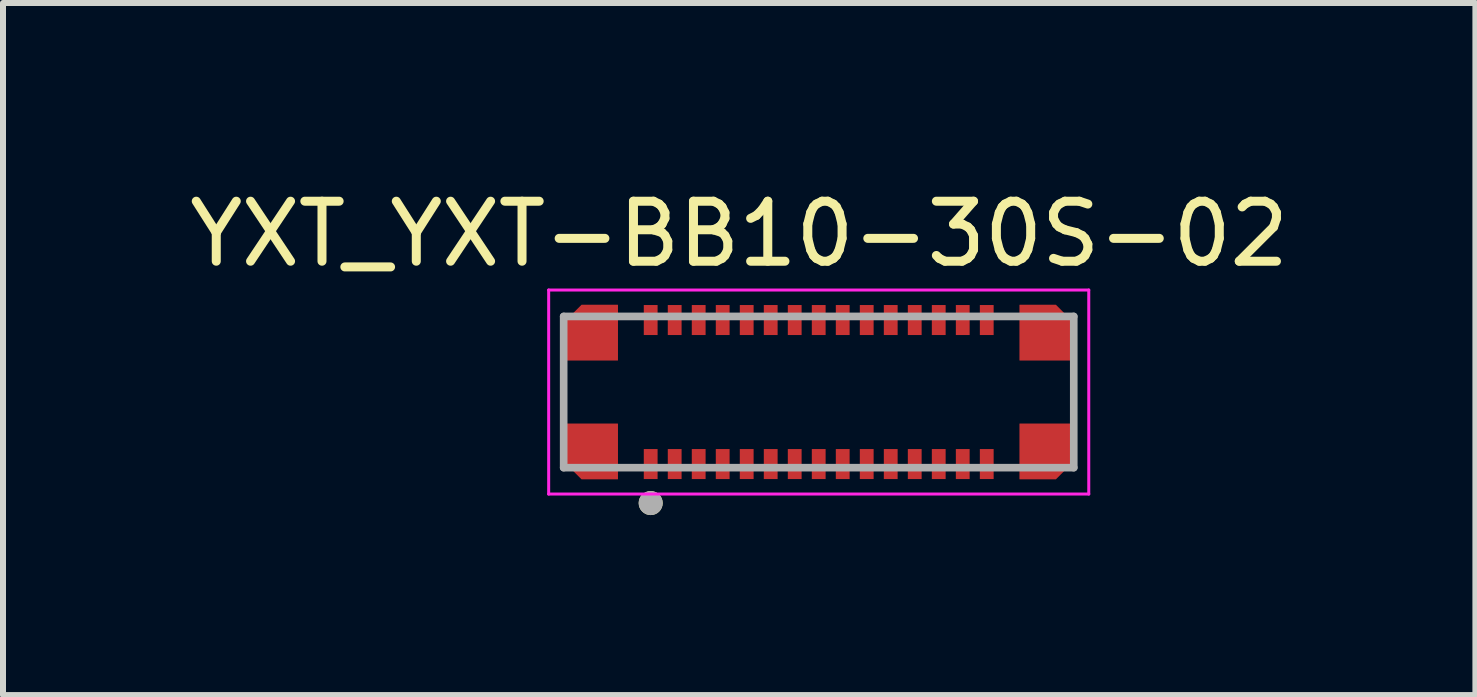
<source format=kicad_pcb>
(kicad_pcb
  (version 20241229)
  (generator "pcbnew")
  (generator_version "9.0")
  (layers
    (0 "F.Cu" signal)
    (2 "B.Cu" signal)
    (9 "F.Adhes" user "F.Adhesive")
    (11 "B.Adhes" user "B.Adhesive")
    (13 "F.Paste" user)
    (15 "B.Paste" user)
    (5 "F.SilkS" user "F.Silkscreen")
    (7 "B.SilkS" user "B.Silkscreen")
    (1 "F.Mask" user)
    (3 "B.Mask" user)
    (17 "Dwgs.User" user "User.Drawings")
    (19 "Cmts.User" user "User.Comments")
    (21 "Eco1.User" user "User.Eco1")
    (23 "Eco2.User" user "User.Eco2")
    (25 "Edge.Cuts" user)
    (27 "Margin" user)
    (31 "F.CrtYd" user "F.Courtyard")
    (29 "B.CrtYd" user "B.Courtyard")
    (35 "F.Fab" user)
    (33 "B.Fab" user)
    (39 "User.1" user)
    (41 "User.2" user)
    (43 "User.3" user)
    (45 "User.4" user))
  (footprint "YXT_YXT-BB10-30S-02"
    (layer "F.Cu")
    (at 10.593 3.483)
    (property "Reference" "YXT_YXT-BB10-30S-02" (at -1.325 -2.635 0) (layer "F.SilkS") (effects (font (size 1 1) (thickness 0.15))))
    (attr smd)
    (fp_poly (pts (xy -2.965 -1.5) (xy -2.635 -1.5) (xy -2.635 -0.9) (xy -2.965 -0.9)) (stroke (width 0.01) (type solid)) (fill yes) (layer "F.Mask"))
    (fp_poly (pts (xy -2.965 0.9) (xy -2.635 0.9) (xy -2.635 1.5) (xy -2.965 1.5)) (stroke (width 0.01) (type solid)) (fill yes) (layer "F.Mask"))
    (fp_poly (pts (xy -2.565 -1.5) (xy -2.235 -1.5) (xy -2.235 -0.9) (xy -2.565 -0.9)) (stroke (width 0.01) (type solid)) (fill yes) (layer "F.Mask"))
    (fp_poly (pts (xy -2.565 0.9) (xy -2.235 0.9) (xy -2.235 1.5) (xy -2.565 1.5)) (stroke (width 0.01) (type solid)) (fill yes) (layer "F.Mask"))
    (fp_poly (pts (xy -2.165 -1.5) (xy -1.835 -1.5) (xy -1.835 -0.9) (xy -2.165 -0.9)) (stroke (width 0.01) (type solid)) (fill yes) (layer "F.Mask"))
    (fp_poly (pts (xy -2.165 0.9) (xy -1.835 0.9) (xy -1.835 1.5) (xy -2.165 1.5)) (stroke (width 0.01) (type solid)) (fill yes) (layer "F.Mask"))
    (fp_poly (pts (xy -1.765 -1.5) (xy -1.435 -1.5) (xy -1.435 -0.9) (xy -1.765 -0.9)) (stroke (width 0.01) (type solid)) (fill yes) (layer "F.Mask"))
    (fp_poly (pts (xy -1.765 0.9) (xy -1.435 0.9) (xy -1.435 1.5) (xy -1.765 1.5)) (stroke (width 0.01) (type solid)) (fill yes) (layer "F.Mask"))
    (fp_poly (pts (xy -1.365 -1.5) (xy -1.035 -1.5) (xy -1.035 -0.9) (xy -1.365 -0.9)) (stroke (width 0.01) (type solid)) (fill yes) (layer "F.Mask"))
    (fp_poly (pts (xy -1.365 0.9) (xy -1.035 0.9) (xy -1.035 1.5) (xy -1.365 1.5)) (stroke (width 0.01) (type solid)) (fill yes) (layer "F.Mask"))
    (fp_poly (pts (xy -0.965 -1.5) (xy -0.635 -1.5) (xy -0.635 -0.9) (xy -0.965 -0.9)) (stroke (width 0.01) (type solid)) (fill yes) (layer "F.Mask"))
    (fp_poly (pts (xy -0.965 0.9) (xy -0.635 0.9) (xy -0.635 1.5) (xy -0.965 1.5)) (stroke (width 0.01) (type solid)) (fill yes) (layer "F.Mask"))
    (fp_poly (pts (xy -0.565 -1.5) (xy -0.235 -1.5) (xy -0.235 -0.9) (xy -0.565 -0.9)) (stroke (width 0.01) (type solid)) (fill yes) (layer "F.Mask"))
    (fp_poly (pts (xy -0.565 0.9) (xy -0.235 0.9) (xy -0.235 1.5) (xy -0.565 1.5)) (stroke (width 0.01) (type solid)) (fill yes) (layer "F.Mask"))
    (fp_poly (pts (xy -0.165 -1.5) (xy 0.165 -1.5) (xy 0.165 -0.9) (xy -0.165 -0.9)) (stroke (width 0.01) (type solid)) (fill yes) (layer "F.Mask"))
    (fp_poly (pts (xy -0.165 0.9) (xy 0.165 0.9) (xy 0.165 1.5) (xy -0.165 1.5)) (stroke (width 0.01) (type solid)) (fill yes) (layer "F.Mask"))
    (fp_poly (pts (xy 0.235 -1.5) (xy 0.565 -1.5) (xy 0.565 -0.9) (xy 0.235 -0.9)) (stroke (width 0.01) (type solid)) (fill yes) (layer "F.Mask"))
    (fp_poly (pts (xy 0.235 0.9) (xy 0.565 0.9) (xy 0.565 1.5) (xy 0.235 1.5)) (stroke (width 0.01) (type solid)) (fill yes) (layer "F.Mask"))
    (fp_poly (pts (xy 0.635 -1.5) (xy 0.965 -1.5) (xy 0.965 -0.9) (xy 0.635 -0.9)) (stroke (width 0.01) (type solid)) (fill yes) (layer "F.Mask"))
    (fp_poly (pts (xy 0.635 0.9) (xy 0.965 0.9) (xy 0.965 1.5) (xy 0.635 1.5)) (stroke (width 0.01) (type solid)) (fill yes) (layer "F.Mask"))
    (fp_poly (pts (xy 1.035 -1.5) (xy 1.365 -1.5) (xy 1.365 -0.9) (xy 1.035 -0.9)) (stroke (width 0.01) (type solid)) (fill yes) (layer "F.Mask"))
    (fp_poly (pts (xy 1.035 0.9) (xy 1.365 0.9) (xy 1.365 1.5) (xy 1.035 1.5)) (stroke (width 0.01) (type solid)) (fill yes) (layer "F.Mask"))
    (fp_poly (pts (xy 1.435 -1.5) (xy 1.765 -1.5) (xy 1.765 -0.9) (xy 1.435 -0.9)) (stroke (width 0.01) (type solid)) (fill yes) (layer "F.Mask"))
    (fp_poly (pts (xy 1.435 0.9) (xy 1.765 0.9) (xy 1.765 1.5) (xy 1.435 1.5)) (stroke (width 0.01) (type solid)) (fill yes) (layer "F.Mask"))
    (fp_poly (pts (xy 1.835 -1.5) (xy 2.165 -1.5) (xy 2.165 -0.9) (xy 1.835 -0.9)) (stroke (width 0.01) (type solid)) (fill yes) (layer "F.Mask"))
    (fp_poly (pts (xy 1.835 0.9) (xy 2.165 0.9) (xy 2.165 1.5) (xy 1.835 1.5)) (stroke (width 0.01) (type solid)) (fill yes) (layer "F.Mask"))
    (fp_poly (pts (xy 2.235 -1.5) (xy 2.565 -1.5) (xy 2.565 -0.9) (xy 2.235 -0.9)) (stroke (width 0.01) (type solid)) (fill yes) (layer "F.Mask"))
    (fp_poly (pts (xy 2.235 0.9) (xy 2.565 0.9) (xy 2.565 1.5) (xy 2.235 1.5)) (stroke (width 0.01) (type solid)) (fill yes) (layer "F.Mask"))
    (fp_poly (pts (xy 2.635 -1.5) (xy 2.965 -1.5) (xy 2.965 -0.9) (xy 2.635 -0.9)) (stroke (width 0.01) (type solid)) (fill yes) (layer "F.Mask"))
    (fp_poly (pts (xy 2.635 0.9) (xy 2.965 0.9) (xy 2.965 1.5) (xy 2.635 1.5)) (stroke (width 0.01) (type solid)) (fill yes) (layer "F.Mask"))
    (fp_poly (pts (xy -4.35 -0.43) (xy -4.35 -1.19) (xy -3.99 -1.55) (xy -3.25 -1.55) (xy -3.25 -0.43)) (stroke (width 0.01) (type solid)) (fill yes) (layer "F.Mask"))
    (fp_poly (pts (xy -4.35 0.43) (xy -4.35 1.19) (xy -3.99 1.55) (xy -3.25 1.55) (xy -3.25 0.43)) (stroke (width 0.01) (type solid)) (fill yes) (layer "F.Mask"))
    (fp_poly (pts (xy 4.35 -0.43) (xy 4.35 -1.19) (xy 3.99 -1.55) (xy 3.25 -1.55) (xy 3.25 -0.43)) (stroke (width 0.01) (type solid)) (fill yes) (layer "F.Mask"))
    (fp_poly (pts (xy 4.35 0.43) (xy 4.35 1.19) (xy 3.99 1.55) (xy 3.25 1.55) (xy 3.25 0.43)) (stroke (width 0.01) (type solid)) (fill yes) (layer "F.Mask"))
    (fp_circle (center -2.8 1.85) (end -2.7 1.85) (stroke (width 0.2) (type solid)) (fill no) (layer "F.SilkS"))
    (fp_poly (pts (xy -4.25 -0.53) (xy -4.25 -1.15) (xy -3.95 -1.45) (xy -3.35 -1.45) (xy -3.35 -0.53)) (stroke (width 0.01) (type solid)) (fill yes) (layer "F.Paste"))
    (fp_poly (pts (xy -4.25 0.53) (xy -4.25 1.15) (xy -3.95 1.45) (xy -3.35 1.45) (xy -3.35 0.53)) (stroke (width 0.01) (type solid)) (fill yes) (layer "F.Paste"))
    (fp_poly (pts (xy 4.25 -0.53) (xy 4.25 -1.15) (xy 3.95 -1.45) (xy 3.35 -1.45) (xy 3.35 -0.53)) (stroke (width 0.01) (type solid)) (fill yes) (layer "F.Paste"))
    (fp_poly (pts (xy 4.25 0.53) (xy 4.25 1.15) (xy 3.95 1.45) (xy 3.35 1.45) (xy 3.35 0.53)) (stroke (width 0.01) (type solid)) (fill yes) (layer "F.Paste"))
    (fp_line (start -4.5 -1.7) (end 4.5 -1.7) (stroke (width 0.05) (type solid)) (layer "F.CrtYd"))
    (fp_line (start -4.5 1.7) (end -4.5 -1.7) (stroke (width 0.05) (type solid)) (layer "F.CrtYd"))
    (fp_line (start 4.5 -1.7) (end 4.5 1.7) (stroke (width 0.05) (type solid)) (layer "F.CrtYd"))
    (fp_line (start 4.5 1.7) (end -4.5 1.7) (stroke (width 0.05) (type solid)) (layer "F.CrtYd"))
    (fp_line (start -4.25 -1.26) (end 4.25 -1.26) (stroke (width 0.127) (type solid)) (layer "F.Fab"))
    (fp_line (start -4.25 1.26) (end -4.25 -1.26) (stroke (width 0.127) (type solid)) (layer "F.Fab"))
    (fp_line (start 4.25 -1.26) (end 4.25 1.26) (stroke (width 0.127) (type solid)) (layer "F.Fab"))
    (fp_line (start 4.25 1.26) (end -4.25 1.26) (stroke (width 0.127) (type solid)) (layer "F.Fab"))
    (fp_circle (center -2.8 1.85) (end -2.7 1.85) (stroke (width 0.2) (type solid)) (fill no) (layer "F.Fab"))
    (pad "1" smd rect (at -2.8 1.2) (size 0.23 0.5) (layers "F.Cu" "F.Paste"))
    (pad "2" smd rect (at -2.4 1.2) (size 0.23 0.5) (layers "F.Cu" "F.Paste"))
    (pad "3" smd rect (at -2 1.2) (size 0.23 0.5) (layers "F.Cu" "F.Paste"))
    (pad "4" smd rect (at -1.6 1.2) (size 0.23 0.5) (layers "F.Cu" "F.Paste"))
    (pad "5" smd rect (at -1.2 1.2) (size 0.23 0.5) (layers "F.Cu" "F.Paste"))
    (pad "6" smd rect (at -0.8 1.2) (size 0.23 0.5) (layers "F.Cu" "F.Paste"))
    (pad "7" smd rect (at -0.4 1.2) (size 0.23 0.5) (layers "F.Cu" "F.Paste"))
    (pad "8" smd rect (at 0 1.2) (size 0.23 0.5) (layers "F.Cu" "F.Paste"))
    (pad "9" smd rect (at 0.4 1.2) (size 0.23 0.5) (layers "F.Cu" "F.Paste"))
    (pad "10" smd rect (at 0.8 1.2) (size 0.23 0.5) (layers "F.Cu" "F.Paste"))
    (pad "11" smd rect (at 1.2 1.2) (size 0.23 0.5) (layers "F.Cu" "F.Paste"))
    (pad "12" smd rect (at 1.6 1.2) (size 0.23 0.5) (layers "F.Cu" "F.Paste"))
    (pad "13" smd rect (at 2 1.2) (size 0.23 0.5) (layers "F.Cu" "F.Paste"))
    (pad "14" smd rect (at 2.4 1.2) (size 0.23 0.5) (layers "F.Cu" "F.Paste"))
    (pad "15" smd rect (at 2.8 1.2) (size 0.23 0.5) (layers "F.Cu" "F.Paste"))
    (pad "16" smd rect (at 2.8 -1.2) (size 0.23 0.5) (layers "F.Cu" "F.Paste"))
    (pad "17" smd rect (at 2.4 -1.2) (size 0.23 0.5) (layers "F.Cu" "F.Paste"))
    (pad "18" smd rect (at 2 -1.2) (size 0.23 0.5) (layers "F.Cu" "F.Paste"))
    (pad "19" smd rect (at 1.6 -1.2) (size 0.23 0.5) (layers "F.Cu" "F.Paste"))
    (pad "20" smd rect (at 1.2 -1.2) (size 0.23 0.5) (layers "F.Cu" "F.Paste"))
    (pad "21" smd rect (at 0.8 -1.2) (size 0.23 0.5) (layers "F.Cu" "F.Paste"))
    (pad "22" smd rect (at 0.4 -1.2) (size 0.23 0.5) (layers "F.Cu" "F.Paste"))
    (pad "23" smd rect (at 0 -1.2) (size 0.23 0.5) (layers "F.Cu" "F.Paste"))
    (pad "24" smd rect (at -0.4 -1.2) (size 0.23 0.5) (layers "F.Cu" "F.Paste"))
    (pad "25" smd rect (at -0.8 -1.2) (size 0.23 0.5) (layers "F.Cu" "F.Paste"))
    (pad "26" smd rect (at -1.2 -1.2) (size 0.23 0.5) (layers "F.Cu" "F.Paste"))
    (pad "27" smd rect (at -1.6 -1.2) (size 0.23 0.5) (layers "F.Cu" "F.Paste"))
    (pad "28" smd rect (at -2 -1.2) (size 0.23 0.5) (layers "F.Cu" "F.Paste"))
    (pad "29" smd rect (at -2.4 -1.2) (size 0.23 0.5) (layers "F.Cu" "F.Paste"))
    (pad "30" smd rect (at -2.8 -1.2) (size 0.23 0.5) (layers "F.Cu" "F.Paste"))
    (pad "31" smd custom (at -3.8 0.99) (size 0.5 0.5) (layers "F.Cu" "F.Paste") (options (anchor rect)) (primitives (gr_poly (pts (xy -0.45 -0.46) (xy -0.45 0.16) (xy -0.15 0.46) (xy 0.45 0.46) (xy 0.45 -0.46)) (width 0.01) (fill yes))))
    (pad "32" smd custom (at 3.8 0.99) (size 0.5 0.5) (layers "F.Cu" "F.Paste") (options (anchor rect)) (primitives (gr_poly (pts (xy 0.45 -0.46) (xy 0.45 0.16) (xy 0.15 0.46) (xy -0.45 0.46) (xy -0.45 -0.46)) (width 0.01) (fill yes))))
    (pad "33" smd custom (at 3.8 -0.99) (size 0.5 0.5) (layers "F.Cu" "F.Paste") (options (anchor rect)) (primitives (gr_poly (pts (xy 0.45 0.46) (xy 0.45 -0.16) (xy 0.15 -0.46) (xy -0.45 -0.46) (xy -0.45 0.46)) (width 0.01) (fill yes))))
    (pad "34" smd custom (at -3.8 -0.99) (size 0.5 0.5) (layers "F.Cu" "F.Paste") (options (anchor rect)) (primitives (gr_poly (pts (xy -0.45 0.46) (xy -0.45 -0.16) (xy -0.15 -0.46) (xy 0.45 -0.46) (xy 0.45 0.46)) (width 0.01) (fill yes)))))
  (gr_rect
    (start -3 -3)
    (end 21.536 8.533)
    (stroke (width 0.1) (type default))
    (fill no)
    (layer "Edge.Cuts")))
</source>
